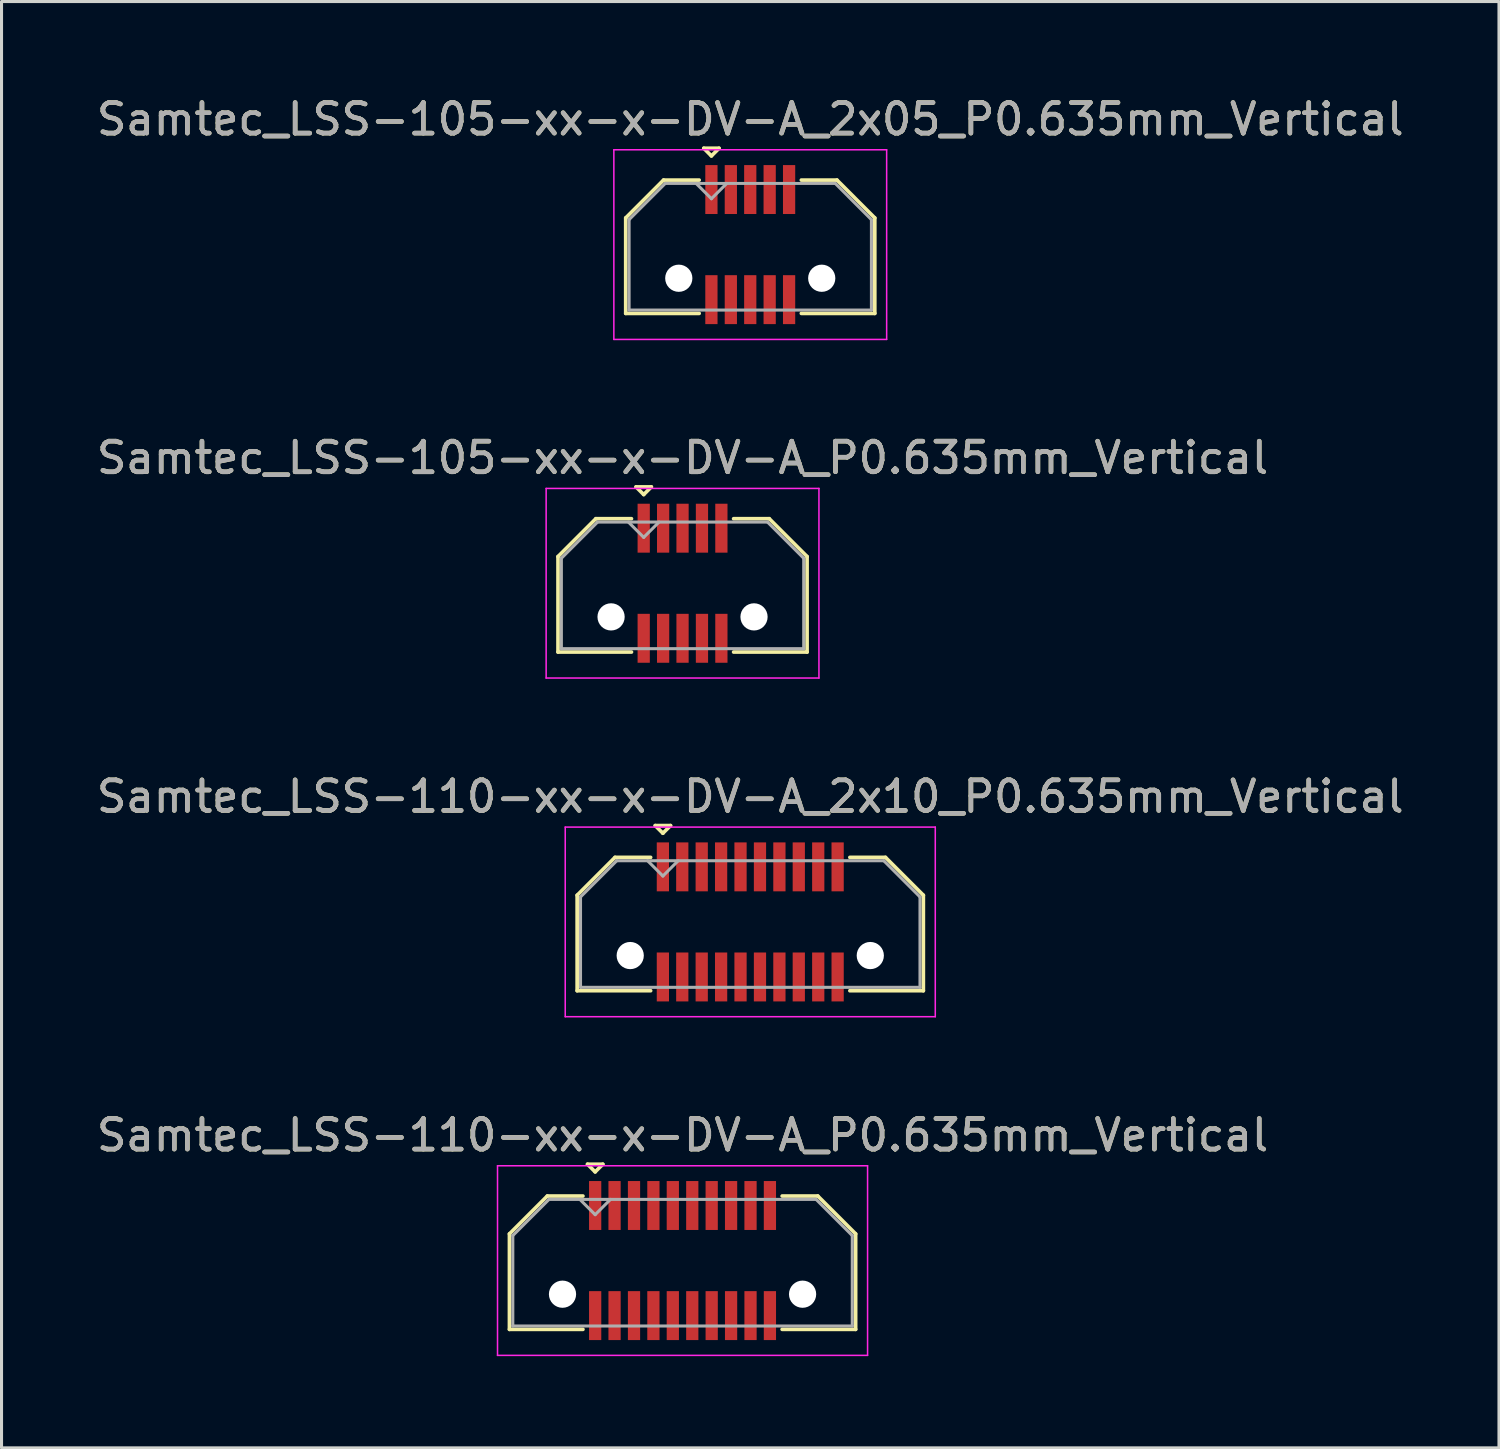
<source format=kicad_pcb>
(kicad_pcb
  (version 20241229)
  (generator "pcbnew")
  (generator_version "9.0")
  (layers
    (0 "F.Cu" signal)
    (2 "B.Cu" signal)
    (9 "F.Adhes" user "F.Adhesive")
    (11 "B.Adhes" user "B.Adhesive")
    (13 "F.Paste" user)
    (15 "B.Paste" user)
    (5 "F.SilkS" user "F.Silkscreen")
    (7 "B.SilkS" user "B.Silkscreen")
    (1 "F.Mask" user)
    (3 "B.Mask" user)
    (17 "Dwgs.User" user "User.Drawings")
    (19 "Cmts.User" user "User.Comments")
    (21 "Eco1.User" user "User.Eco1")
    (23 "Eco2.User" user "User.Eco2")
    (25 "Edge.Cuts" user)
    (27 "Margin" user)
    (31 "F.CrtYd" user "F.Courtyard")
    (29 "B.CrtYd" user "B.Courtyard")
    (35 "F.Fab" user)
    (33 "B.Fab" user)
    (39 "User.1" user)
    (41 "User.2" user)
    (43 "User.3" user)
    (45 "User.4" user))
  (footprint "Samtec_LSS-110-xx-x-DV-A_2x10_P0.635mm_Vertical"
    (layer "F.Cu")
    (at 21.482 27.095)
    (property "Reference" "Samtec_LSS-110-xx-x-DV-A_2x10_P0.635mm_Vertical" (at 0 -4.1 0) (layer "F.SilkS") (effects (font (size 1 1) (thickness 0.15))))
    (attr smd)
    (fp_line (start -5.66 -0.872) (end -5.66 2.25) (stroke (width 0.12) (type solid)) (layer "F.SilkS"))
    (fp_line (start -5.66 2.25) (end -3.257 2.25) (stroke (width 0.12) (type solid)) (layer "F.SilkS"))
    (fp_line (start -4.422 -2.11) (end -5.66 -0.872) (stroke (width 0.12) (type solid)) (layer "F.SilkS"))
    (fp_line (start -3.257 -2.11) (end -4.422 -2.11) (stroke (width 0.12) (type solid)) (layer "F.SilkS"))
    (fp_line (start -3.107 -3.15) (end -2.607 -3.15) (stroke (width 0.12) (type solid)) (layer "F.SilkS"))
    (fp_line (start -2.857 -2.9) (end -3.107 -3.15) (stroke (width 0.12) (type solid)) (layer "F.SilkS"))
    (fp_line (start -2.607 -3.15) (end -2.857 -2.9) (stroke (width 0.12) (type solid)) (layer "F.SilkS"))
    (fp_line (start 3.257 -2.11) (end 4.422 -2.11) (stroke (width 0.12) (type solid)) (layer "F.SilkS"))
    (fp_line (start 4.422 -2.11) (end 5.66 -0.872) (stroke (width 0.12) (type solid)) (layer "F.SilkS"))
    (fp_line (start 5.66 -0.872) (end 5.66 2.25) (stroke (width 0.12) (type solid)) (layer "F.SilkS"))
    (fp_line (start 5.66 2.25) (end 3.257 2.25) (stroke (width 0.12) (type solid)) (layer "F.SilkS"))
    (fp_line (start -6.05 -3.1) (end -6.05 3.1) (stroke (width 0.05) (type solid)) (layer "F.CrtYd"))
    (fp_line (start -6.05 3.1) (end 6.05 3.1) (stroke (width 0.05) (type solid)) (layer "F.CrtYd"))
    (fp_line (start 6.05 -3.1) (end -6.05 -3.1) (stroke (width 0.05) (type solid)) (layer "F.CrtYd"))
    (fp_line (start 6.05 3.1) (end 6.05 -3.1) (stroke (width 0.05) (type solid)) (layer "F.CrtYd"))
    (fp_line (start -5.55 -0.817) (end -5.55 2.14) (stroke (width 0.1) (type solid)) (layer "F.Fab"))
    (fp_line (start -5.55 2.14) (end 5.55 2.14) (stroke (width 0.1) (type solid)) (layer "F.Fab"))
    (fp_line (start -4.367 -2) (end -5.55 -0.817) (stroke (width 0.1) (type solid)) (layer "F.Fab"))
    (fp_line (start -2.857 -1.5) (end -3.357 -2) (stroke (width 0.1) (type solid)) (layer "F.Fab"))
    (fp_line (start -2.357 -2) (end -2.857 -1.5) (stroke (width 0.1) (type solid)) (layer "F.Fab"))
    (fp_line (start 4.367 -2) (end -4.367 -2) (stroke (width 0.1) (type solid)) (layer "F.Fab"))
    (fp_line (start 5.55 -0.817) (end 4.367 -2) (stroke (width 0.1) (type solid)) (layer "F.Fab"))
    (fp_line (start 5.55 2.14) (end 5.55 -0.817) (stroke (width 0.1) (type solid)) (layer "F.Fab"))
    (fp_text user "${REFERENCE}" (at 0 -4.1 0) (layer "F.Fab") (effects (font (size 1 1) (thickness 0.15))))
    (pad "" np_thru_hole circle (at -3.925 1.1) (size 0.89 0.89) (drill 0.89) (layers "*.Cu" "*.Mask"))
    (pad "" np_thru_hole circle (at 3.925 1.1) (size 0.89 0.89) (drill 0.89) (layers "*.Cu" "*.Mask"))
    (pad "1" smd rect (at -2.857 -1.8) (size 0.4 1.6) (layers "F.Cu" "F.Mask" "F.Paste"))
    (pad "2" smd rect (at -2.857 1.8) (size 0.4 1.6) (layers "F.Cu" "F.Mask" "F.Paste"))
    (pad "3" smd rect (at -2.223 -1.8) (size 0.4 1.6) (layers "F.Cu" "F.Mask" "F.Paste"))
    (pad "4" smd rect (at -2.223 1.8) (size 0.4 1.6) (layers "F.Cu" "F.Mask" "F.Paste"))
    (pad "5" smd rect (at -1.587 -1.8) (size 0.4 1.6) (layers "F.Cu" "F.Mask" "F.Paste"))
    (pad "6" smd rect (at -1.587 1.8) (size 0.4 1.6) (layers "F.Cu" "F.Mask" "F.Paste"))
    (pad "7" smd rect (at -0.953 -1.8) (size 0.4 1.6) (layers "F.Cu" "F.Mask" "F.Paste"))
    (pad "8" smd rect (at -0.953 1.8) (size 0.4 1.6) (layers "F.Cu" "F.Mask" "F.Paste"))
    (pad "9" smd rect (at -0.318 -1.8) (size 0.4 1.6) (layers "F.Cu" "F.Mask" "F.Paste"))
    (pad "10" smd rect (at -0.318 1.8) (size 0.4 1.6) (layers "F.Cu" "F.Mask" "F.Paste"))
    (pad "11" smd rect (at 0.318 -1.8) (size 0.4 1.6) (layers "F.Cu" "F.Mask" "F.Paste"))
    (pad "12" smd rect (at 0.318 1.8) (size 0.4 1.6) (layers "F.Cu" "F.Mask" "F.Paste"))
    (pad "13" smd rect (at 0.953 -1.8) (size 0.4 1.6) (layers "F.Cu" "F.Mask" "F.Paste"))
    (pad "14" smd rect (at 0.953 1.8) (size 0.4 1.6) (layers "F.Cu" "F.Mask" "F.Paste"))
    (pad "15" smd rect (at 1.587 -1.8) (size 0.4 1.6) (layers "F.Cu" "F.Mask" "F.Paste"))
    (pad "16" smd rect (at 1.587 1.8) (size 0.4 1.6) (layers "F.Cu" "F.Mask" "F.Paste"))
    (pad "17" smd rect (at 2.223 -1.8) (size 0.4 1.6) (layers "F.Cu" "F.Mask" "F.Paste"))
    (pad "18" smd rect (at 2.223 1.8) (size 0.4 1.6) (layers "F.Cu" "F.Mask" "F.Paste"))
    (pad "19" smd rect (at 2.857 -1.8) (size 0.4 1.6) (layers "F.Cu" "F.Mask" "F.Paste"))
    (pad "20" smd rect (at 2.857 1.8) (size 0.4 1.6) (layers "F.Cu" "F.Mask" "F.Paste")))
  (footprint "Samtec_LSS-105-xx-x-DV-A_P0.635mm_Vertical"
    (layer "F.Cu")
    (at 19.268 16.021)
    (property "Reference" "Samtec_LSS-105-xx-x-DV-A_P0.635mm_Vertical" (at 0 -4.1 0) (layer "F.SilkS") (effects (font (size 1 1) (thickness 0.15))))
    (attr smd)
    (fp_line (start -4.072 -0.872) (end -4.072 2.25) (stroke (width 0.12) (type solid)) (layer "F.SilkS"))
    (fp_line (start -4.072 2.25) (end -1.67 2.25) (stroke (width 0.12) (type solid)) (layer "F.SilkS"))
    (fp_line (start -2.835 -2.11) (end -4.072 -0.872) (stroke (width 0.12) (type solid)) (layer "F.SilkS"))
    (fp_line (start -1.67 -2.11) (end -2.835 -2.11) (stroke (width 0.12) (type solid)) (layer "F.SilkS"))
    (fp_line (start -1.52 -3.15) (end -1.02 -3.15) (stroke (width 0.12) (type solid)) (layer "F.SilkS"))
    (fp_line (start -1.27 -2.9) (end -1.52 -3.15) (stroke (width 0.12) (type solid)) (layer "F.SilkS"))
    (fp_line (start -1.02 -3.15) (end -1.27 -2.9) (stroke (width 0.12) (type solid)) (layer "F.SilkS"))
    (fp_line (start 1.67 -2.11) (end 2.835 -2.11) (stroke (width 0.12) (type solid)) (layer "F.SilkS"))
    (fp_line (start 2.835 -2.11) (end 4.072 -0.872) (stroke (width 0.12) (type solid)) (layer "F.SilkS"))
    (fp_line (start 4.072 -0.872) (end 4.072 2.25) (stroke (width 0.12) (type solid)) (layer "F.SilkS"))
    (fp_line (start 4.072 2.25) (end 1.67 2.25) (stroke (width 0.12) (type solid)) (layer "F.SilkS"))
    (fp_line (start -4.46 -3.1) (end -4.46 3.1) (stroke (width 0.05) (type solid)) (layer "F.CrtYd"))
    (fp_line (start -4.46 3.1) (end 4.46 3.1) (stroke (width 0.05) (type solid)) (layer "F.CrtYd"))
    (fp_line (start 4.46 -3.1) (end -4.46 -3.1) (stroke (width 0.05) (type solid)) (layer "F.CrtYd"))
    (fp_line (start 4.46 3.1) (end 4.46 -3.1) (stroke (width 0.05) (type solid)) (layer "F.CrtYd"))
    (fp_line (start -3.962 -0.817) (end -3.962 2.14) (stroke (width 0.1) (type solid)) (layer "F.Fab"))
    (fp_line (start -3.962 2.14) (end 3.962 2.14) (stroke (width 0.1) (type solid)) (layer "F.Fab"))
    (fp_line (start -2.78 -2) (end -3.962 -0.817) (stroke (width 0.1) (type solid)) (layer "F.Fab"))
    (fp_line (start -1.27 -1.5) (end -1.77 -2) (stroke (width 0.1) (type solid)) (layer "F.Fab"))
    (fp_line (start -0.77 -2) (end -1.27 -1.5) (stroke (width 0.1) (type solid)) (layer "F.Fab"))
    (fp_line (start 2.78 -2) (end -2.78 -2) (stroke (width 0.1) (type solid)) (layer "F.Fab"))
    (fp_line (start 3.962 -0.817) (end 2.78 -2) (stroke (width 0.1) (type solid)) (layer "F.Fab"))
    (fp_line (start 3.962 2.14) (end 3.962 -0.817) (stroke (width 0.1) (type solid)) (layer "F.Fab"))
    (fp_text user "${REFERENCE}" (at 0 -4.1 0) (layer "F.Fab") (effects (font (size 1 1) (thickness 0.15))))
    (pad "" np_thru_hole circle (at -2.337 1.1) (size 0.89 0.89) (drill 0.89) (layers "*.Cu" "*.Mask"))
    (pad "" np_thru_hole circle (at 2.337 1.1) (size 0.89 0.89) (drill 0.89) (layers "*.Cu" "*.Mask"))
    (pad "1" smd rect (at -1.27 -1.8) (size 0.4 1.6) (layers "F.Cu" "F.Mask" "F.Paste"))
    (pad "2" smd rect (at -1.27 1.8) (size 0.4 1.6) (layers "F.Cu" "F.Mask" "F.Paste"))
    (pad "3" smd rect (at -0.635 -1.8) (size 0.4 1.6) (layers "F.Cu" "F.Mask" "F.Paste"))
    (pad "4" smd rect (at -0.635 1.8) (size 0.4 1.6) (layers "F.Cu" "F.Mask" "F.Paste"))
    (pad "5" smd rect (at 0 -1.8) (size 0.4 1.6) (layers "F.Cu" "F.Mask" "F.Paste"))
    (pad "6" smd rect (at 0 1.8) (size 0.4 1.6) (layers "F.Cu" "F.Mask" "F.Paste"))
    (pad "7" smd rect (at 0.635 -1.8) (size 0.4 1.6) (layers "F.Cu" "F.Mask" "F.Paste"))
    (pad "8" smd rect (at 0.635 1.8) (size 0.4 1.6) (layers "F.Cu" "F.Mask" "F.Paste"))
    (pad "9" smd rect (at 1.27 -1.8) (size 0.4 1.6) (layers "F.Cu" "F.Mask" "F.Paste"))
    (pad "10" smd rect (at 1.27 1.8) (size 0.4 1.6) (layers "F.Cu" "F.Mask" "F.Paste")))
  (footprint "Samtec_LSS-110-xx-x-DV-A_P0.635mm_Vertical"
    (layer "F.Cu")
    (at 19.268 38.168)
    (property "Reference" "Samtec_LSS-110-xx-x-DV-A_P0.635mm_Vertical" (at 0 -4.1 0) (layer "F.SilkS") (effects (font (size 1 1) (thickness 0.15))))
    (attr smd)
    (fp_line (start -5.66 -0.872) (end -5.66 2.25) (stroke (width 0.12) (type solid)) (layer "F.SilkS"))
    (fp_line (start -5.66 2.25) (end -3.257 2.25) (stroke (width 0.12) (type solid)) (layer "F.SilkS"))
    (fp_line (start -4.422 -2.11) (end -5.66 -0.872) (stroke (width 0.12) (type solid)) (layer "F.SilkS"))
    (fp_line (start -3.257 -2.11) (end -4.422 -2.11) (stroke (width 0.12) (type solid)) (layer "F.SilkS"))
    (fp_line (start -3.107 -3.15) (end -2.607 -3.15) (stroke (width 0.12) (type solid)) (layer "F.SilkS"))
    (fp_line (start -2.857 -2.9) (end -3.107 -3.15) (stroke (width 0.12) (type solid)) (layer "F.SilkS"))
    (fp_line (start -2.607 -3.15) (end -2.857 -2.9) (stroke (width 0.12) (type solid)) (layer "F.SilkS"))
    (fp_line (start 3.257 -2.11) (end 4.422 -2.11) (stroke (width 0.12) (type solid)) (layer "F.SilkS"))
    (fp_line (start 4.422 -2.11) (end 5.66 -0.872) (stroke (width 0.12) (type solid)) (layer "F.SilkS"))
    (fp_line (start 5.66 -0.872) (end 5.66 2.25) (stroke (width 0.12) (type solid)) (layer "F.SilkS"))
    (fp_line (start 5.66 2.25) (end 3.257 2.25) (stroke (width 0.12) (type solid)) (layer "F.SilkS"))
    (fp_line (start -6.05 -3.1) (end -6.05 3.1) (stroke (width 0.05) (type solid)) (layer "F.CrtYd"))
    (fp_line (start -6.05 3.1) (end 6.05 3.1) (stroke (width 0.05) (type solid)) (layer "F.CrtYd"))
    (fp_line (start 6.05 -3.1) (end -6.05 -3.1) (stroke (width 0.05) (type solid)) (layer "F.CrtYd"))
    (fp_line (start 6.05 3.1) (end 6.05 -3.1) (stroke (width 0.05) (type solid)) (layer "F.CrtYd"))
    (fp_line (start -5.55 -0.817) (end -5.55 2.14) (stroke (width 0.1) (type solid)) (layer "F.Fab"))
    (fp_line (start -5.55 2.14) (end 5.55 2.14) (stroke (width 0.1) (type solid)) (layer "F.Fab"))
    (fp_line (start -4.367 -2) (end -5.55 -0.817) (stroke (width 0.1) (type solid)) (layer "F.Fab"))
    (fp_line (start -2.857 -1.5) (end -3.357 -2) (stroke (width 0.1) (type solid)) (layer "F.Fab"))
    (fp_line (start -2.357 -2) (end -2.857 -1.5) (stroke (width 0.1) (type solid)) (layer "F.Fab"))
    (fp_line (start 4.367 -2) (end -4.367 -2) (stroke (width 0.1) (type solid)) (layer "F.Fab"))
    (fp_line (start 5.55 -0.817) (end 4.367 -2) (stroke (width 0.1) (type solid)) (layer "F.Fab"))
    (fp_line (start 5.55 2.14) (end 5.55 -0.817) (stroke (width 0.1) (type solid)) (layer "F.Fab"))
    (fp_text user "${REFERENCE}" (at 0 -4.1 0) (layer "F.Fab") (effects (font (size 1 1) (thickness 0.15))))
    (pad "" np_thru_hole circle (at -3.925 1.1) (size 0.89 0.89) (drill 0.89) (layers "*.Cu" "*.Mask"))
    (pad "" np_thru_hole circle (at 3.925 1.1) (size 0.89 0.89) (drill 0.89) (layers "*.Cu" "*.Mask"))
    (pad "1" smd rect (at -2.857 -1.8) (size 0.4 1.6) (layers "F.Cu" "F.Mask" "F.Paste"))
    (pad "2" smd rect (at -2.857 1.8) (size 0.4 1.6) (layers "F.Cu" "F.Mask" "F.Paste"))
    (pad "3" smd rect (at -2.223 -1.8) (size 0.4 1.6) (layers "F.Cu" "F.Mask" "F.Paste"))
    (pad "4" smd rect (at -2.223 1.8) (size 0.4 1.6) (layers "F.Cu" "F.Mask" "F.Paste"))
    (pad "5" smd rect (at -1.587 -1.8) (size 0.4 1.6) (layers "F.Cu" "F.Mask" "F.Paste"))
    (pad "6" smd rect (at -1.587 1.8) (size 0.4 1.6) (layers "F.Cu" "F.Mask" "F.Paste"))
    (pad "7" smd rect (at -0.953 -1.8) (size 0.4 1.6) (layers "F.Cu" "F.Mask" "F.Paste"))
    (pad "8" smd rect (at -0.953 1.8) (size 0.4 1.6) (layers "F.Cu" "F.Mask" "F.Paste"))
    (pad "9" smd rect (at -0.318 -1.8) (size 0.4 1.6) (layers "F.Cu" "F.Mask" "F.Paste"))
    (pad "10" smd rect (at -0.318 1.8) (size 0.4 1.6) (layers "F.Cu" "F.Mask" "F.Paste"))
    (pad "11" smd rect (at 0.318 -1.8) (size 0.4 1.6) (layers "F.Cu" "F.Mask" "F.Paste"))
    (pad "12" smd rect (at 0.318 1.8) (size 0.4 1.6) (layers "F.Cu" "F.Mask" "F.Paste"))
    (pad "13" smd rect (at 0.953 -1.8) (size 0.4 1.6) (layers "F.Cu" "F.Mask" "F.Paste"))
    (pad "14" smd rect (at 0.953 1.8) (size 0.4 1.6) (layers "F.Cu" "F.Mask" "F.Paste"))
    (pad "15" smd rect (at 1.587 -1.8) (size 0.4 1.6) (layers "F.Cu" "F.Mask" "F.Paste"))
    (pad "16" smd rect (at 1.587 1.8) (size 0.4 1.6) (layers "F.Cu" "F.Mask" "F.Paste"))
    (pad "17" smd rect (at 2.223 -1.8) (size 0.4 1.6) (layers "F.Cu" "F.Mask" "F.Paste"))
    (pad "18" smd rect (at 2.223 1.8) (size 0.4 1.6) (layers "F.Cu" "F.Mask" "F.Paste"))
    (pad "19" smd rect (at 2.857 -1.8) (size 0.4 1.6) (layers "F.Cu" "F.Mask" "F.Paste"))
    (pad "20" smd rect (at 2.857 1.8) (size 0.4 1.6) (layers "F.Cu" "F.Mask" "F.Paste")))
  (footprint "Samtec_LSS-105-xx-x-DV-A_2x05_P0.635mm_Vertical"
    (layer "F.Cu")
    (at 21.482 4.948)
    (property "Reference" "Samtec_LSS-105-xx-x-DV-A_2x05_P0.635mm_Vertical" (at 0 -4.1 0) (layer "F.SilkS") (effects (font (size 1 1) (thickness 0.15))))
    (attr smd)
    (fp_line (start -4.072 -0.872) (end -4.072 2.25) (stroke (width 0.12) (type solid)) (layer "F.SilkS"))
    (fp_line (start -4.072 2.25) (end -1.67 2.25) (stroke (width 0.12) (type solid)) (layer "F.SilkS"))
    (fp_line (start -2.835 -2.11) (end -4.072 -0.872) (stroke (width 0.12) (type solid)) (layer "F.SilkS"))
    (fp_line (start -1.67 -2.11) (end -2.835 -2.11) (stroke (width 0.12) (type solid)) (layer "F.SilkS"))
    (fp_line (start -1.52 -3.15) (end -1.02 -3.15) (stroke (width 0.12) (type solid)) (layer "F.SilkS"))
    (fp_line (start -1.27 -2.9) (end -1.52 -3.15) (stroke (width 0.12) (type solid)) (layer "F.SilkS"))
    (fp_line (start -1.02 -3.15) (end -1.27 -2.9) (stroke (width 0.12) (type solid)) (layer "F.SilkS"))
    (fp_line (start 1.67 -2.11) (end 2.835 -2.11) (stroke (width 0.12) (type solid)) (layer "F.SilkS"))
    (fp_line (start 2.835 -2.11) (end 4.072 -0.872) (stroke (width 0.12) (type solid)) (layer "F.SilkS"))
    (fp_line (start 4.072 -0.872) (end 4.072 2.25) (stroke (width 0.12) (type solid)) (layer "F.SilkS"))
    (fp_line (start 4.072 2.25) (end 1.67 2.25) (stroke (width 0.12) (type solid)) (layer "F.SilkS"))
    (fp_line (start -4.46 -3.1) (end -4.46 3.1) (stroke (width 0.05) (type solid)) (layer "F.CrtYd"))
    (fp_line (start -4.46 3.1) (end 4.46 3.1) (stroke (width 0.05) (type solid)) (layer "F.CrtYd"))
    (fp_line (start 4.46 -3.1) (end -4.46 -3.1) (stroke (width 0.05) (type solid)) (layer "F.CrtYd"))
    (fp_line (start 4.46 3.1) (end 4.46 -3.1) (stroke (width 0.05) (type solid)) (layer "F.CrtYd"))
    (fp_line (start -3.962 -0.817) (end -3.962 2.14) (stroke (width 0.1) (type solid)) (layer "F.Fab"))
    (fp_line (start -3.962 2.14) (end 3.962 2.14) (stroke (width 0.1) (type solid)) (layer "F.Fab"))
    (fp_line (start -2.78 -2) (end -3.962 -0.817) (stroke (width 0.1) (type solid)) (layer "F.Fab"))
    (fp_line (start -1.27 -1.5) (end -1.77 -2) (stroke (width 0.1) (type solid)) (layer "F.Fab"))
    (fp_line (start -0.77 -2) (end -1.27 -1.5) (stroke (width 0.1) (type solid)) (layer "F.Fab"))
    (fp_line (start 2.78 -2) (end -2.78 -2) (stroke (width 0.1) (type solid)) (layer "F.Fab"))
    (fp_line (start 3.962 -0.817) (end 2.78 -2) (stroke (width 0.1) (type solid)) (layer "F.Fab"))
    (fp_line (start 3.962 2.14) (end 3.962 -0.817) (stroke (width 0.1) (type solid)) (layer "F.Fab"))
    (fp_text user "${REFERENCE}" (at 0 -4.1 0) (layer "F.Fab") (effects (font (size 1 1) (thickness 0.15))))
    (pad "" np_thru_hole circle (at -2.337 1.1) (size 0.89 0.89) (drill 0.89) (layers "*.Cu" "*.Mask"))
    (pad "" np_thru_hole circle (at 2.337 1.1) (size 0.89 0.89) (drill 0.89) (layers "*.Cu" "*.Mask"))
    (pad "1" smd rect (at -1.27 -1.8) (size 0.4 1.6) (layers "F.Cu" "F.Mask" "F.Paste"))
    (pad "2" smd rect (at -1.27 1.8) (size 0.4 1.6) (layers "F.Cu" "F.Mask" "F.Paste"))
    (pad "3" smd rect (at -0.635 -1.8) (size 0.4 1.6) (layers "F.Cu" "F.Mask" "F.Paste"))
    (pad "4" smd rect (at -0.635 1.8) (size 0.4 1.6) (layers "F.Cu" "F.Mask" "F.Paste"))
    (pad "5" smd rect (at 0 -1.8) (size 0.4 1.6) (layers "F.Cu" "F.Mask" "F.Paste"))
    (pad "6" smd rect (at 0 1.8) (size 0.4 1.6) (layers "F.Cu" "F.Mask" "F.Paste"))
    (pad "7" smd rect (at 0.635 -1.8) (size 0.4 1.6) (layers "F.Cu" "F.Mask" "F.Paste"))
    (pad "8" smd rect (at 0.635 1.8) (size 0.4 1.6) (layers "F.Cu" "F.Mask" "F.Paste"))
    (pad "9" smd rect (at 1.27 -1.8) (size 0.4 1.6) (layers "F.Cu" "F.Mask" "F.Paste"))
    (pad "10" smd rect (at 1.27 1.8) (size 0.4 1.6) (layers "F.Cu" "F.Mask" "F.Paste")))
  (gr_rect
    (start -3 -3)
    (end 45.964 44.293)
    (stroke (width 0.1) (type default))
    (fill no)
    (layer "Edge.Cuts")))
</source>
